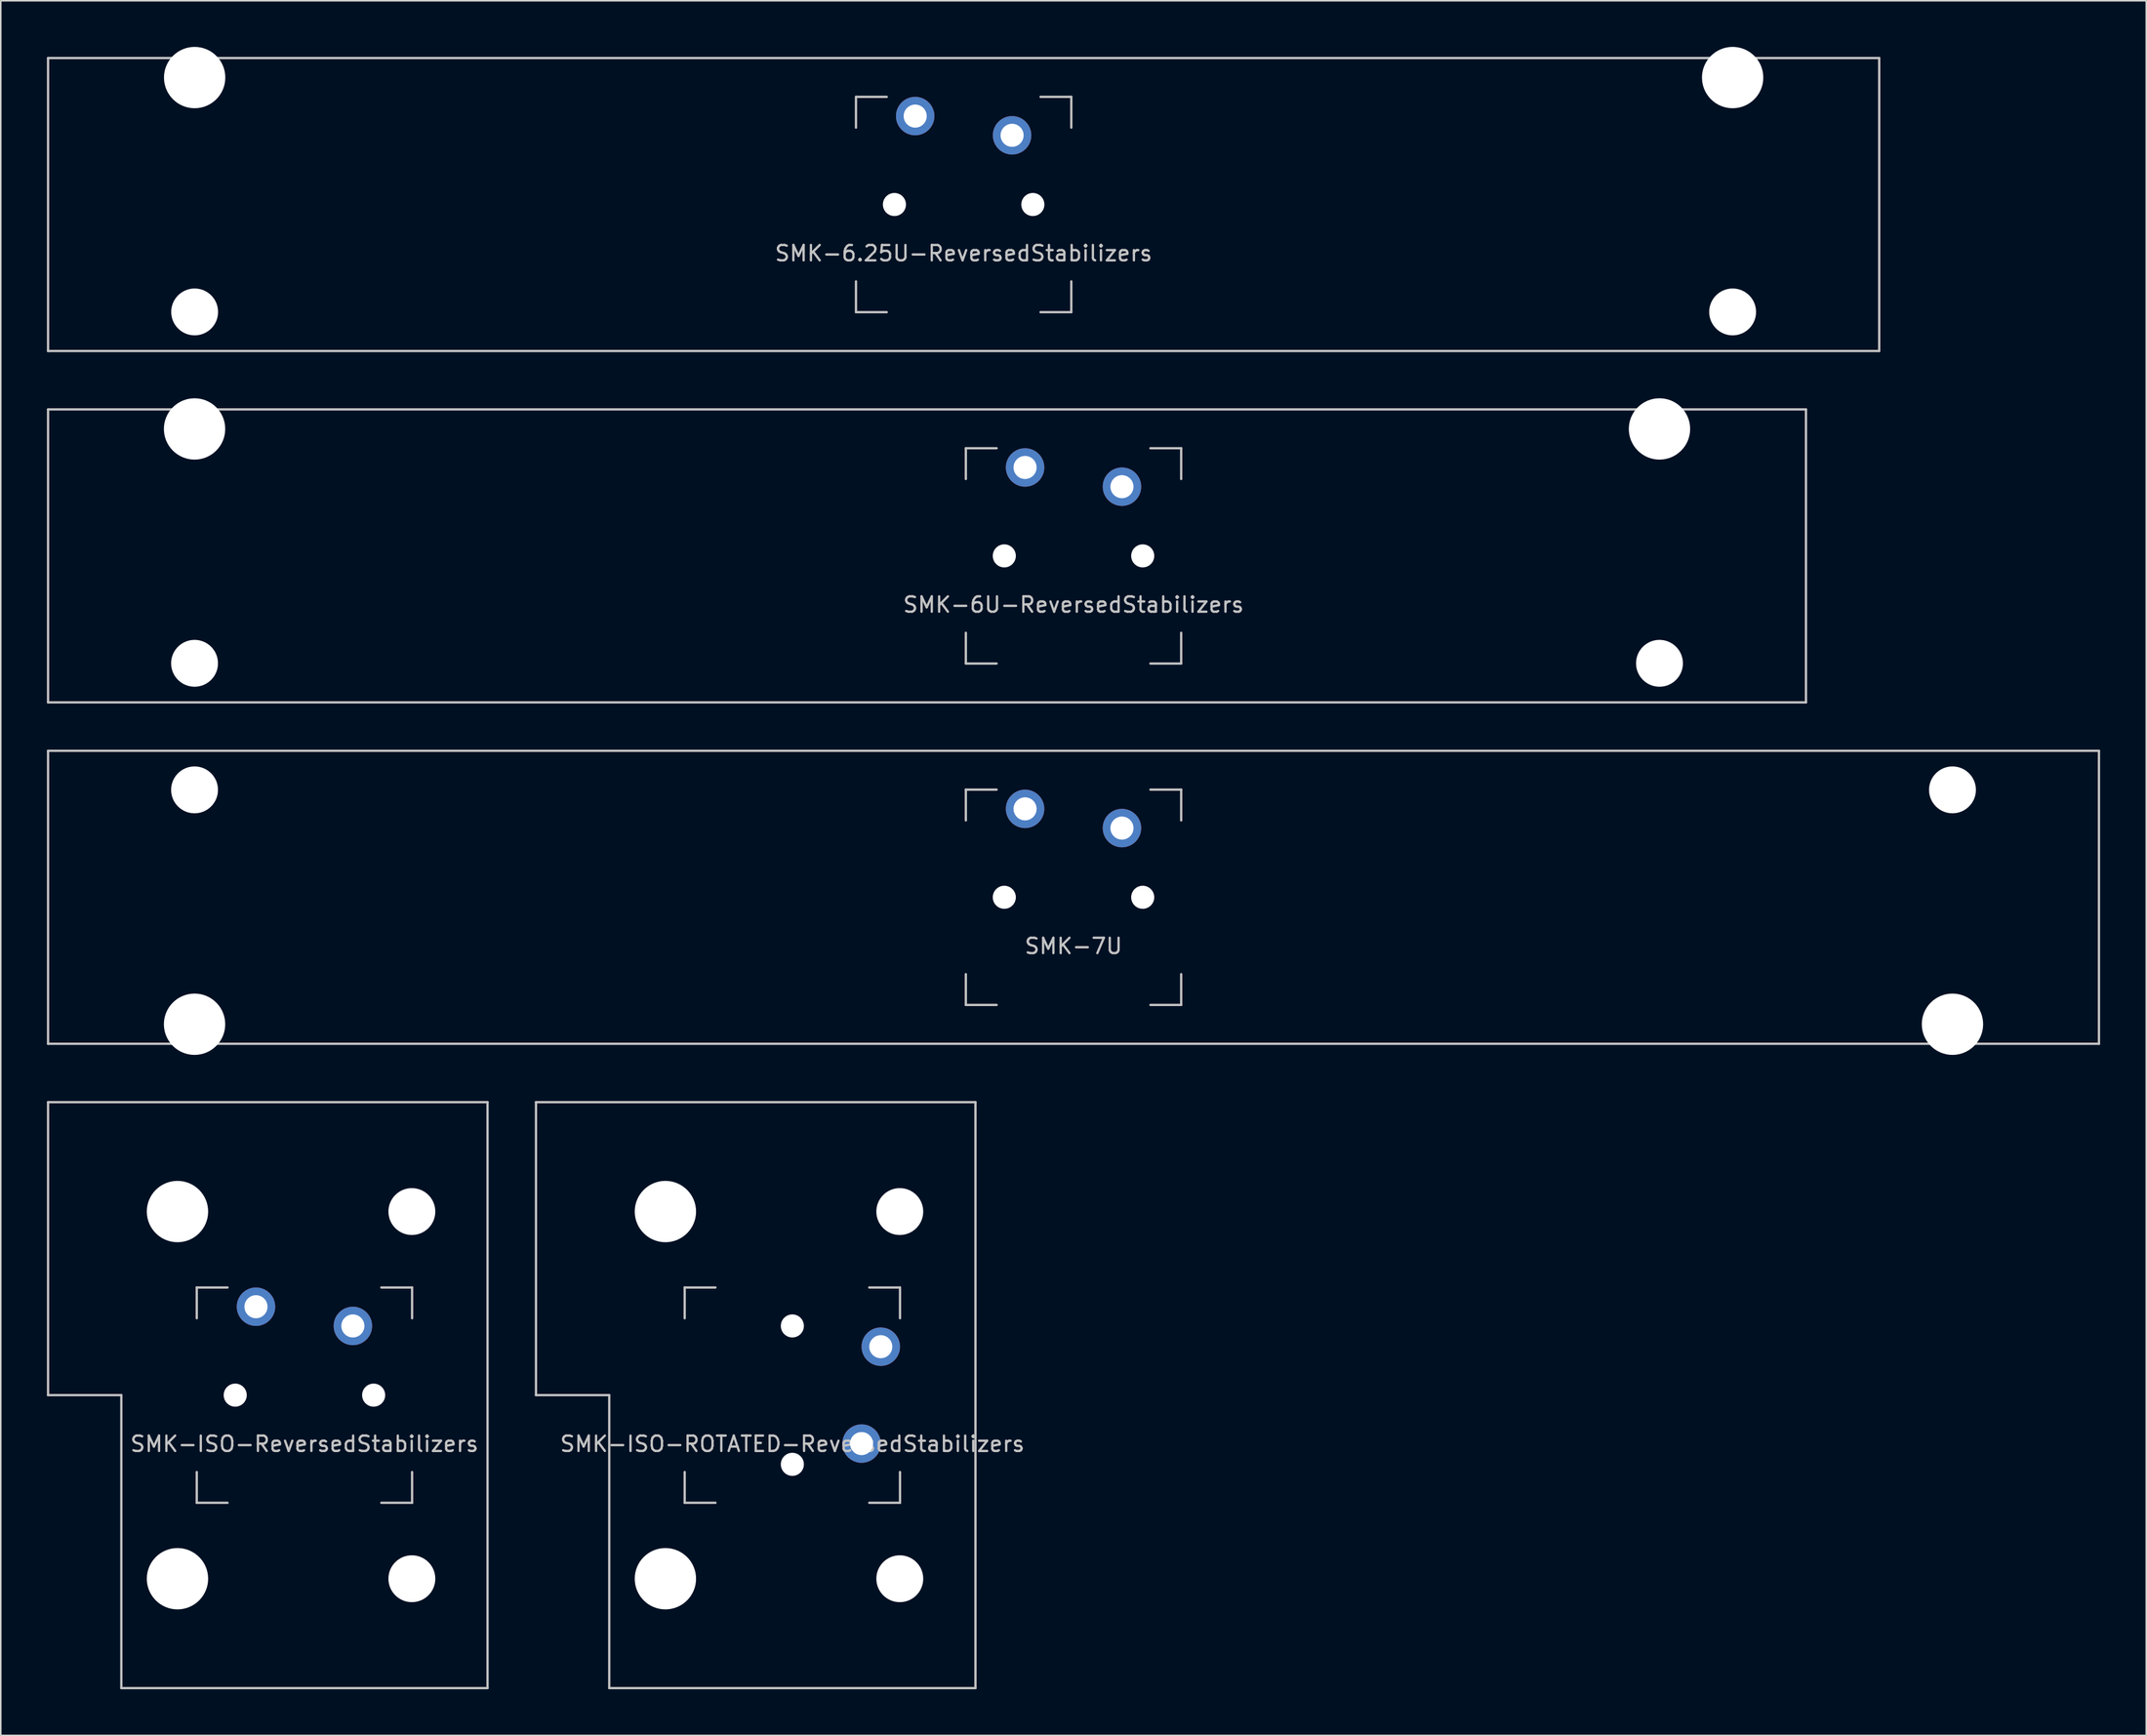
<source format=kicad_pcb>
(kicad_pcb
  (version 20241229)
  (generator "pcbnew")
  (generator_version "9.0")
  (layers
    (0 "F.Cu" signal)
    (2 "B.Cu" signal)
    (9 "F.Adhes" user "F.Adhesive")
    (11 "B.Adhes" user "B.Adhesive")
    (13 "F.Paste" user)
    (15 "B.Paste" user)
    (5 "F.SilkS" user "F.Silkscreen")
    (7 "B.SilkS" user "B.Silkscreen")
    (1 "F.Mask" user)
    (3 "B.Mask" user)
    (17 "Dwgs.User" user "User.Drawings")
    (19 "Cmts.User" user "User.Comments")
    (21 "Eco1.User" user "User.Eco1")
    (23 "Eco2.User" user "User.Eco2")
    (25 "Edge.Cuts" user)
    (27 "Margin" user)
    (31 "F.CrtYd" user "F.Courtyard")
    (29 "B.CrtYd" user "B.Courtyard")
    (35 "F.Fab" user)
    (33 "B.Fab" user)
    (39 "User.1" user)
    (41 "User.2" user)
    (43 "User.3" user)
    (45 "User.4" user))
  (footprint "SMK-7U"
    (layer "F.Cu")
    (at 66.75 55.298)
    (property "Reference" "SMK-7U" (at 0 3.175 0) (layer "Dwgs.User") (effects (font (size 1 1) (thickness 0.15))))
    (attr through_hole)
    (fp_line (start -66.675 -9.525) (end 66.675 -9.525) (stroke (width 0.15) (type solid)) (layer "Dwgs.User"))
    (fp_line (start -66.675 9.525) (end -66.675 -9.525) (stroke (width 0.15) (type solid)) (layer "Dwgs.User"))
    (fp_line (start -66.675 9.525) (end 66.675 9.525) (stroke (width 0.15) (type solid)) (layer "Dwgs.User"))
    (fp_line (start -7 -7) (end -7 -5) (stroke (width 0.15) (type solid)) (layer "Dwgs.User"))
    (fp_line (start -7 5) (end -7 7) (stroke (width 0.15) (type solid)) (layer "Dwgs.User"))
    (fp_line (start -7 7) (end -5 7) (stroke (width 0.15) (type solid)) (layer "Dwgs.User"))
    (fp_line (start -5 -7) (end -7 -7) (stroke (width 0.15) (type solid)) (layer "Dwgs.User"))
    (fp_line (start 5 -7) (end 7 -7) (stroke (width 0.15) (type solid)) (layer "Dwgs.User"))
    (fp_line (start 5 7) (end 7 7) (stroke (width 0.15) (type solid)) (layer "Dwgs.User"))
    (fp_line (start 7 -7) (end 7 -5) (stroke (width 0.15) (type solid)) (layer "Dwgs.User"))
    (fp_line (start 7 7) (end 7 5) (stroke (width 0.15) (type solid)) (layer "Dwgs.User"))
    (fp_line (start 66.675 -9.525) (end 66.675 9.525) (stroke (width 0.15) (type solid)) (layer "Dwgs.User"))
    (pad "" np_thru_hole circle (at -57.15 -6.985) (size 3.048 3.048) (drill 3.048) (layers "*.Cu" "*.Mask"))
    (pad "" np_thru_hole circle (at -57.15 8.255) (size 3.988 3.988) (drill 3.988) (layers "*.Cu" "*.Mask"))
    (pad "" np_thru_hole circle (at -4.5 0) (size 1.5 1.5) (drill 1.5) (layers "*.Cu" "*.Mask"))
    (pad "" np_thru_hole circle (at 4.5 0) (size 1.5 1.5) (drill 1.5) (layers "*.Cu" "*.Mask"))
    (pad "" np_thru_hole circle (at 57.15 -6.985) (size 3.048 3.048) (drill 3.048) (layers "*.Cu" "*.Mask"))
    (pad "" np_thru_hole circle (at 57.15 8.255) (size 3.988 3.988) (drill 3.988) (layers "*.Cu" "*.Mask"))
    (pad "SW1" thru_hole circle (at -3.15 -5.75) (size 2.5 2.5) (drill 1.5) (layers "*.Cu" "*.Mask"))
    (pad "SW2" thru_hole circle (at 3.15 -4.5) (size 2.5 2.5) (drill 1.5) (layers "*.Cu" "*.Mask")))
  (footprint "SMK-6.25U-ReversedStabilizers"
    (layer "F.Cu")
    (at 59.606 10.249)
    (property "Reference" "SMK-6.25U-ReversedStabilizers" (at 0 3.175 0) (layer "Dwgs.User") (effects (font (size 1 1) (thickness 0.15))))
    (attr through_hole)
    (fp_line (start -59.531 -9.525) (end 59.531 -9.525) (stroke (width 0.15) (type solid)) (layer "Dwgs.User"))
    (fp_line (start -59.531 9.525) (end -59.531 -9.525) (stroke (width 0.15) (type solid)) (layer "Dwgs.User"))
    (fp_line (start -59.531 9.525) (end 59.531 9.525) (stroke (width 0.15) (type solid)) (layer "Dwgs.User"))
    (fp_line (start -7 -7) (end -7 -5) (stroke (width 0.15) (type solid)) (layer "Dwgs.User"))
    (fp_line (start -7 5) (end -7 7) (stroke (width 0.15) (type solid)) (layer "Dwgs.User"))
    (fp_line (start -7 7) (end -5 7) (stroke (width 0.15) (type solid)) (layer "Dwgs.User"))
    (fp_line (start -5 -7) (end -7 -7) (stroke (width 0.15) (type solid)) (layer "Dwgs.User"))
    (fp_line (start 5 -7) (end 7 -7) (stroke (width 0.15) (type solid)) (layer "Dwgs.User"))
    (fp_line (start 5 7) (end 7 7) (stroke (width 0.15) (type solid)) (layer "Dwgs.User"))
    (fp_line (start 7 -7) (end 7 -5) (stroke (width 0.15) (type solid)) (layer "Dwgs.User"))
    (fp_line (start 7 7) (end 7 5) (stroke (width 0.15) (type solid)) (layer "Dwgs.User"))
    (fp_line (start 59.531 -9.525) (end 59.531 9.525) (stroke (width 0.15) (type solid)) (layer "Dwgs.User"))
    (pad "" np_thru_hole circle (at -50 -8.255) (size 3.988 3.988) (drill 3.988) (layers "*.Cu" "*.Mask"))
    (pad "" np_thru_hole circle (at -50 6.985) (size 3.048 3.048) (drill 3.048) (layers "*.Cu" "*.Mask"))
    (pad "" np_thru_hole circle (at -4.5 0) (size 1.5 1.5) (drill 1.5) (layers "*.Cu" "*.Mask"))
    (pad "" np_thru_hole circle (at 4.5 0) (size 1.5 1.5) (drill 1.5) (layers "*.Cu" "*.Mask"))
    (pad "" np_thru_hole circle (at 50 -8.255) (size 3.988 3.988) (drill 3.988) (layers "*.Cu" "*.Mask"))
    (pad "" np_thru_hole circle (at 50 6.985) (size 3.048 3.048) (drill 3.048) (layers "*.Cu" "*.Mask"))
    (pad "SW1" thru_hole circle (at -3.15 -5.75) (size 2.5 2.5) (drill 1.5) (layers "*.Cu" "*.Mask"))
    (pad "SW2" thru_hole circle (at 3.15 -4.5) (size 2.5 2.5) (drill 1.5) (layers "*.Cu" "*.Mask")))
  (footprint "SMK-6U-ReversedStabilizers"
    (layer "F.Cu")
    (at 57.225 33.098)
    (property "Reference" "SMK-6U-ReversedStabilizers" (at 9.525 3.175 0) (layer "Dwgs.User") (effects (font (size 1 1) (thickness 0.15))))
    (attr through_hole)
    (fp_line (start -57.15 -9.525) (end 57.15 -9.525) (stroke (width 0.15) (type solid)) (layer "Dwgs.User"))
    (fp_line (start -57.15 9.525) (end -57.15 -9.525) (stroke (width 0.15) (type solid)) (layer "Dwgs.User"))
    (fp_line (start -57.15 9.525) (end 57.15 9.525) (stroke (width 0.15) (type solid)) (layer "Dwgs.User"))
    (fp_line (start 2.525 -7) (end 2.525 -5) (stroke (width 0.15) (type solid)) (layer "Dwgs.User"))
    (fp_line (start 2.525 5) (end 2.525 7) (stroke (width 0.15) (type solid)) (layer "Dwgs.User"))
    (fp_line (start 2.525 7) (end 4.525 7) (stroke (width 0.15) (type solid)) (layer "Dwgs.User"))
    (fp_line (start 4.525 -7) (end 2.525 -7) (stroke (width 0.15) (type solid)) (layer "Dwgs.User"))
    (fp_line (start 14.525 -7) (end 16.525 -7) (stroke (width 0.15) (type solid)) (layer "Dwgs.User"))
    (fp_line (start 14.525 7) (end 16.525 7) (stroke (width 0.15) (type solid)) (layer "Dwgs.User"))
    (fp_line (start 16.525 -7) (end 16.525 -5) (stroke (width 0.15) (type solid)) (layer "Dwgs.User"))
    (fp_line (start 16.525 7) (end 16.525 5) (stroke (width 0.15) (type solid)) (layer "Dwgs.User"))
    (fp_line (start 57.15 -9.525) (end 57.15 9.525) (stroke (width 0.15) (type solid)) (layer "Dwgs.User"))
    (pad "" np_thru_hole circle (at -47.625 -8.255) (size 3.988 3.988) (drill 3.988) (layers "*.Cu" "*.Mask"))
    (pad "" np_thru_hole circle (at -47.625 6.985) (size 3.048 3.048) (drill 3.048) (layers "*.Cu" "*.Mask"))
    (pad "" np_thru_hole circle (at 5.025 0) (size 1.5 1.5) (drill 1.5) (layers "*.Cu" "*.Mask"))
    (pad "" np_thru_hole circle (at 14.025 0) (size 1.5 1.5) (drill 1.5) (layers "*.Cu" "*.Mask"))
    (pad "" np_thru_hole circle (at 47.625 -8.255) (size 3.988 3.988) (drill 3.988) (layers "*.Cu" "*.Mask"))
    (pad "" np_thru_hole circle (at 47.625 6.985) (size 3.048 3.048) (drill 3.048) (layers "*.Cu" "*.Mask"))
    (pad "SW1" thru_hole circle (at 6.375 -5.75) (size 2.5 2.5) (drill 1.5) (layers "*.Cu" "*.Mask"))
    (pad "SW2" thru_hole circle (at 12.675 -4.5) (size 2.5 2.5) (drill 1.5) (layers "*.Cu" "*.Mask")))
  (footprint "SMK-ISO-ROTATED-ReversedStabilizers"
    (layer "F.Cu")
    (at 48.469 87.672)
    (property "Reference" "SMK-ISO-ROTATED-ReversedStabilizers" (at 0 3.175 0) (layer "Dwgs.User") (effects (font (size 1 1) (thickness 0.15))))
    (attr through_hole)
    (fp_line (start -16.669 -19.05) (end -16.669 0) (stroke (width 0.15) (type solid)) (layer "Dwgs.User"))
    (fp_line (start -16.669 -19.05) (end 11.906 -19.05) (stroke (width 0.15) (type solid)) (layer "Dwgs.User"))
    (fp_line (start -11.906 0) (end -16.669 0) (stroke (width 0.15) (type solid)) (layer "Dwgs.User"))
    (fp_line (start -11.906 19.05) (end -11.906 0) (stroke (width 0.15) (type solid)) (layer "Dwgs.User"))
    (fp_line (start -11.906 19.05) (end 11.906 19.05) (stroke (width 0.15) (type solid)) (layer "Dwgs.User"))
    (fp_line (start -7 -7) (end -7 -5) (stroke (width 0.15) (type solid)) (layer "Dwgs.User"))
    (fp_line (start -7 5) (end -7 7) (stroke (width 0.15) (type solid)) (layer "Dwgs.User"))
    (fp_line (start -7 7) (end -5 7) (stroke (width 0.15) (type solid)) (layer "Dwgs.User"))
    (fp_line (start -5 -7) (end -7 -7) (stroke (width 0.15) (type solid)) (layer "Dwgs.User"))
    (fp_line (start 5 -7) (end 7 -7) (stroke (width 0.15) (type solid)) (layer "Dwgs.User"))
    (fp_line (start 5 7) (end 7 7) (stroke (width 0.15) (type solid)) (layer "Dwgs.User"))
    (fp_line (start 7 -7) (end 7 -5) (stroke (width 0.15) (type solid)) (layer "Dwgs.User"))
    (fp_line (start 7 7) (end 7 5) (stroke (width 0.15) (type solid)) (layer "Dwgs.User"))
    (fp_line (start 11.906 -19.05) (end 11.906 19.05) (stroke (width 0.15) (type solid)) (layer "Dwgs.User"))
    (pad "" np_thru_hole circle (at -8.255 -11.938) (size 3.988 3.988) (drill 3.988) (layers "*.Cu" "*.Mask"))
    (pad "" np_thru_hole circle (at -8.255 11.938) (size 3.988 3.988) (drill 3.988) (layers "*.Cu" "*.Mask"))
    (pad "" np_thru_hole circle (at 0 -4.5 270) (size 1.5 1.5) (drill 1.5) (layers "*.Cu" "*.Mask"))
    (pad "" np_thru_hole circle (at 0 4.5 270) (size 1.5 1.5) (drill 1.5) (layers "*.Cu" "*.Mask"))
    (pad "" np_thru_hole circle (at 6.985 -11.938) (size 3.048 3.048) (drill 3.048) (layers "*.Cu" "*.Mask"))
    (pad "" np_thru_hole circle (at 6.985 11.938) (size 3.048 3.048) (drill 3.048) (layers "*.Cu" "*.Mask"))
    (pad "SW1" thru_hole circle (at 5.75 -3.15 270) (size 2.5 2.5) (drill 1.5) (layers "*.Cu" "*.Mask"))
    (pad "SW2" thru_hole circle (at 4.5 3.15 270) (size 2.5 2.5) (drill 1.5) (layers "*.Cu" "*.Mask")))
  (footprint "SMK-ISO-ReversedStabilizers"
    (layer "F.Cu")
    (at 16.744 87.672)
    (property "Reference" "SMK-ISO-ReversedStabilizers" (at 0 3.175 0) (layer "Dwgs.User") (effects (font (size 1 1) (thickness 0.15))))
    (attr through_hole)
    (fp_line (start -16.669 -19.05) (end -16.669 0) (stroke (width 0.15) (type solid)) (layer "Dwgs.User"))
    (fp_line (start -16.669 -19.05) (end 11.906 -19.05) (stroke (width 0.15) (type solid)) (layer "Dwgs.User"))
    (fp_line (start -11.906 0) (end -16.669 0) (stroke (width 0.15) (type solid)) (layer "Dwgs.User"))
    (fp_line (start -11.906 19.05) (end -11.906 0) (stroke (width 0.15) (type solid)) (layer "Dwgs.User"))
    (fp_line (start -11.906 19.05) (end 11.906 19.05) (stroke (width 0.15) (type solid)) (layer "Dwgs.User"))
    (fp_line (start -7 -7) (end -7 -5) (stroke (width 0.15) (type solid)) (layer "Dwgs.User"))
    (fp_line (start -7 5) (end -7 7) (stroke (width 0.15) (type solid)) (layer "Dwgs.User"))
    (fp_line (start -7 7) (end -5 7) (stroke (width 0.15) (type solid)) (layer "Dwgs.User"))
    (fp_line (start -5 -7) (end -7 -7) (stroke (width 0.15) (type solid)) (layer "Dwgs.User"))
    (fp_line (start 5 -7) (end 7 -7) (stroke (width 0.15) (type solid)) (layer "Dwgs.User"))
    (fp_line (start 5 7) (end 7 7) (stroke (width 0.15) (type solid)) (layer "Dwgs.User"))
    (fp_line (start 7 -7) (end 7 -5) (stroke (width 0.15) (type solid)) (layer "Dwgs.User"))
    (fp_line (start 7 7) (end 7 5) (stroke (width 0.15) (type solid)) (layer "Dwgs.User"))
    (fp_line (start 11.906 -19.05) (end 11.906 19.05) (stroke (width 0.15) (type solid)) (layer "Dwgs.User"))
    (pad "" np_thru_hole circle (at -8.255 -11.938) (size 3.988 3.988) (drill 3.988) (layers "*.Cu" "*.Mask"))
    (pad "" np_thru_hole circle (at -8.255 11.938) (size 3.988 3.988) (drill 3.988) (layers "*.Cu" "*.Mask"))
    (pad "" np_thru_hole circle (at -4.5 0) (size 1.5 1.5) (drill 1.5) (layers "*.Cu" "*.Mask"))
    (pad "" np_thru_hole circle (at 4.5 0) (size 1.5 1.5) (drill 1.5) (layers "*.Cu" "*.Mask"))
    (pad "" np_thru_hole circle (at 6.985 -11.938) (size 3.048 3.048) (drill 3.048) (layers "*.Cu" "*.Mask"))
    (pad "" np_thru_hole circle (at 6.985 11.938) (size 3.048 3.048) (drill 3.048) (layers "*.Cu" "*.Mask"))
    (pad "SW1" thru_hole circle (at -3.15 -5.75) (size 2.5 2.5) (drill 1.5) (layers "*.Cu" "*.Mask"))
    (pad "SW2" thru_hole circle (at 3.15 -4.5) (size 2.5 2.5) (drill 1.5) (layers "*.Cu" "*.Mask")))
  (gr_rect
    (start -3 -3)
    (end 136.5 109.797)
    (stroke (width 0.1) (type default))
    (fill no)
    (layer "Edge.Cuts")))
</source>
